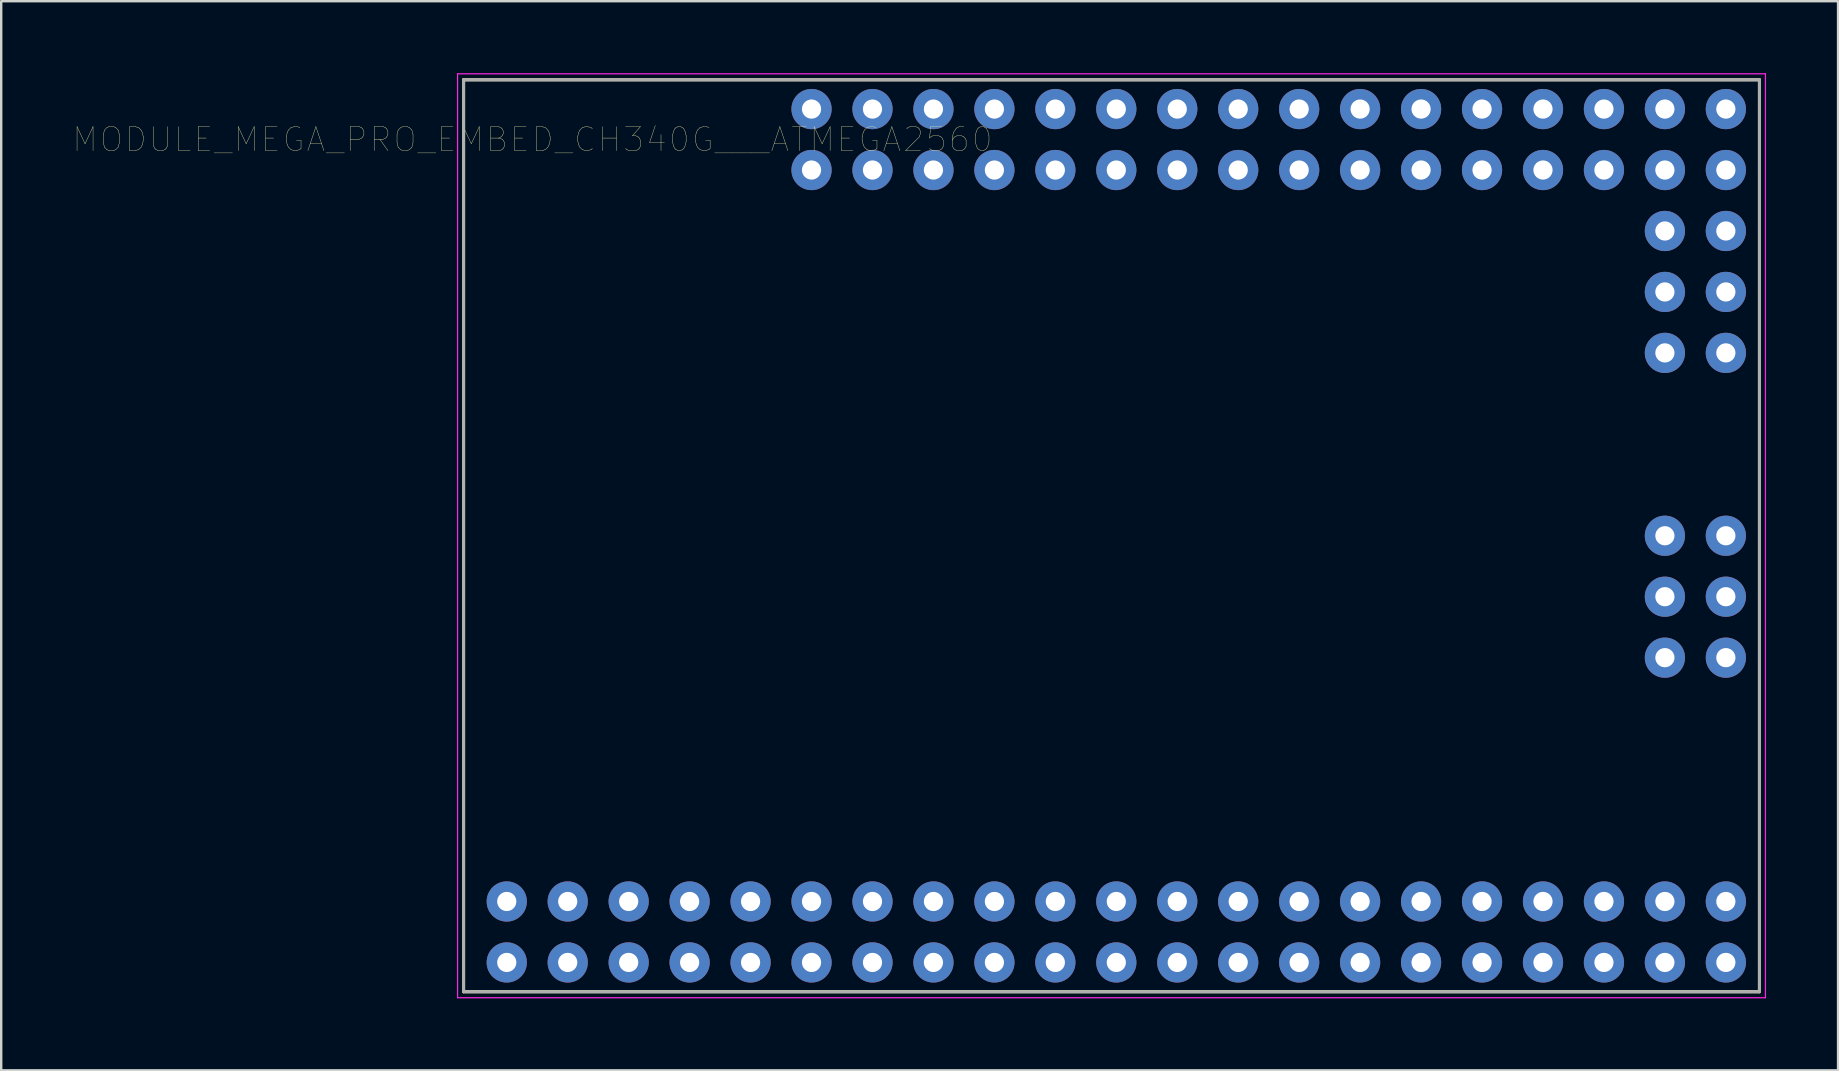
<source format=kicad_pcb>
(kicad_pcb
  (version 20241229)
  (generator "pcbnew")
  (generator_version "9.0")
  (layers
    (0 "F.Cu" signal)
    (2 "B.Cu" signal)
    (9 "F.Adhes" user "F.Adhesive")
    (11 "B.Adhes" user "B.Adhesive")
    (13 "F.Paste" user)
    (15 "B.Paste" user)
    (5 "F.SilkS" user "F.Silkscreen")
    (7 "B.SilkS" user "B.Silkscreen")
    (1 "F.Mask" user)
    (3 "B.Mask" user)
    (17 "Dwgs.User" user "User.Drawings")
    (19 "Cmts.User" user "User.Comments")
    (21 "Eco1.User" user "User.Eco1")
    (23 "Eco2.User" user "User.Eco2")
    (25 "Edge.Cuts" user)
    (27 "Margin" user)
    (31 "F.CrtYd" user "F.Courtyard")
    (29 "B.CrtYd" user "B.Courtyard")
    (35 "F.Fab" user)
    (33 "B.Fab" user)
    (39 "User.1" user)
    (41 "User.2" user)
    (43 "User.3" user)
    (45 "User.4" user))
  (footprint "MODULE_MEGA_PRO_EMBED_CH340G___ATMEGA2560"
    (layer "F.Cu")
    (at 43.267 19.275)
    (property "Reference" "MODULE_MEGA_PRO_EMBED_CH340G___ATMEGA2560" (at -24.13 -16.51 0) (layer "F.SilkS") (effects (font (size 1 1) (thickness 0.015))))
    (attr through_hole)
    (fp_line (start -27 -19) (end 27 -19) (stroke (width 0.127) (type solid)) (layer "F.SilkS"))
    (fp_line (start -27 19) (end -27 -19) (stroke (width 0.127) (type solid)) (layer "F.SilkS"))
    (fp_line (start -27 19) (end 27 19) (stroke (width 0.127) (type solid)) (layer "F.SilkS"))
    (fp_line (start 27 19) (end 27 -19) (stroke (width 0.127) (type solid)) (layer "F.SilkS"))
    (fp_line (start -27.25 -19.25) (end 27.25 -19.25) (stroke (width 0.05) (type solid)) (layer "F.CrtYd"))
    (fp_line (start -27.25 19.25) (end -27.25 -19.25) (stroke (width 0.05) (type solid)) (layer "F.CrtYd"))
    (fp_line (start 27.25 -19.25) (end 27.25 19.25) (stroke (width 0.05) (type solid)) (layer "F.CrtYd"))
    (fp_line (start 27.25 19.25) (end -27.25 19.25) (stroke (width 0.05) (type solid)) (layer "F.CrtYd"))
    (fp_line (start -27 -19) (end 27 -19) (stroke (width 0.127) (type solid)) (layer "F.Fab"))
    (fp_line (start -27 19) (end -27 -19) (stroke (width 0.127) (type solid)) (layer "F.Fab"))
    (fp_line (start -27 19) (end 27 19) (stroke (width 0.127) (type solid)) (layer "F.Fab"))
    (fp_line (start 27 19) (end 27 -19) (stroke (width 0.127) (type solid)) (layer "F.Fab"))
    (pad "3V3_" thru_hole circle (at -17.58 15.24) (size 1.676 1.676) (drill 0.8) (layers "*.Cu" "*.Mask"))
    (pad "3V3_" thru_hole circle (at -17.58 17.78) (size 1.676 1.676) (drill 0.8) (layers "*.Cu" "*.Mask"))
    (pad "5V_1" thru_hole circle (at -20.12 17.78) (size 1.676 1.676) (drill 0.8) (layers "*.Cu" "*.Mask"))
    (pad "5V_2" thru_hole circle (at -20.12 15.24) (size 1.676 1.676) (drill 0.8) (layers "*.Cu" "*.Mask"))
    (pad "5V_3" thru_hole circle (at 25.6 0) (size 1.676 1.676) (drill 0.8) (layers "*.Cu" "*.Mask"))
    (pad "A0" thru_hole circle (at -12.5 -17.78) (size 1.676 1.676) (drill 0.8) (layers "*.Cu" "*.Mask"))
    (pad "A1" thru_hole circle (at -12.5 -15.24) (size 1.676 1.676) (drill 0.8) (layers "*.Cu" "*.Mask"))
    (pad "A2" thru_hole circle (at -9.96 -17.78) (size 1.676 1.676) (drill 0.8) (layers "*.Cu" "*.Mask"))
    (pad "A3" thru_hole circle (at -9.96 -15.24) (size 1.676 1.676) (drill 0.8) (layers "*.Cu" "*.Mask"))
    (pad "A4" thru_hole circle (at -7.42 -17.78) (size 1.676 1.676) (drill 0.8) (layers "*.Cu" "*.Mask"))
    (pad "A5" thru_hole circle (at -7.42 -15.24) (size 1.676 1.676) (drill 0.8) (layers "*.Cu" "*.Mask"))
    (pad "A6" thru_hole circle (at -4.88 -17.78) (size 1.676 1.676) (drill 0.8) (layers "*.Cu" "*.Mask"))
    (pad "A7" thru_hole circle (at -4.88 -15.24) (size 1.676 1.676) (drill 0.8) (layers "*.Cu" "*.Mask"))
    (pad "A8" thru_hole circle (at -2.34 -17.78) (size 1.676 1.676) (drill 0.8) (layers "*.Cu" "*.Mask"))
    (pad "A9" thru_hole circle (at -2.34 -15.24) (size 1.676 1.676) (drill 0.8) (layers "*.Cu" "*.Mask"))
    (pad "A10" thru_hole circle (at 0.2 -17.78) (size 1.676 1.676) (drill 0.8) (layers "*.Cu" "*.Mask"))
    (pad "A11" thru_hole circle (at 0.2 -15.24) (size 1.676 1.676) (drill 0.8) (layers "*.Cu" "*.Mask"))
    (pad "A12" thru_hole circle (at 2.74 -17.78) (size 1.676 1.676) (drill 0.8) (layers "*.Cu" "*.Mask"))
    (pad "A13" thru_hole circle (at 2.74 -15.24) (size 1.676 1.676) (drill 0.8) (layers "*.Cu" "*.Mask"))
    (pad "A14" thru_hole circle (at 5.28 -17.78) (size 1.676 1.676) (drill 0.8) (layers "*.Cu" "*.Mask"))
    (pad "A15" thru_hole circle (at 5.28 -15.24) (size 1.676 1.676) (drill 0.8) (layers "*.Cu" "*.Mask"))
    (pad "AREF" thru_hole circle (at -15.04 15.24) (size 1.676 1.676) (drill 0.8) (layers "*.Cu" "*.Mask"))
    (pad "D2" thru_hole circle (at -9.96 15.24) (size 1.676 1.676) (drill 0.8) (layers "*.Cu" "*.Mask"))
    (pad "D3" thru_hole circle (at -9.96 17.78) (size 1.676 1.676) (drill 0.8) (layers "*.Cu" "*.Mask"))
    (pad "D4" thru_hole circle (at -7.42 15.24) (size 1.676 1.676) (drill 0.8) (layers "*.Cu" "*.Mask"))
    (pad "D5" thru_hole circle (at -7.42 17.78) (size 1.676 1.676) (drill 0.8) (layers "*.Cu" "*.Mask"))
    (pad "D6" thru_hole circle (at -4.88 15.24) (size 1.676 1.676) (drill 0.8) (layers "*.Cu" "*.Mask"))
    (pad "D7" thru_hole circle (at -4.88 17.78) (size 1.676 1.676) (drill 0.8) (layers "*.Cu" "*.Mask"))
    (pad "D8" thru_hole circle (at -2.34 15.24) (size 1.676 1.676) (drill 0.8) (layers "*.Cu" "*.Mask"))
    (pad "D9" thru_hole circle (at -2.34 17.78) (size 1.676 1.676) (drill 0.8) (layers "*.Cu" "*.Mask"))
    (pad "D10" thru_hole circle (at 0.2 15.24) (size 1.676 1.676) (drill 0.8) (layers "*.Cu" "*.Mask"))
    (pad "D11" thru_hole circle (at 0.2 17.78) (size 1.676 1.676) (drill 0.8) (layers "*.Cu" "*.Mask"))
    (pad "D12" thru_hole circle (at 2.74 15.24) (size 1.676 1.676) (drill 0.8) (layers "*.Cu" "*.Mask"))
    (pad "D13" thru_hole circle (at 2.74 17.78) (size 1.676 1.676) (drill 0.8) (layers "*.Cu" "*.Mask"))
    (pad "D14" thru_hole circle (at 5.28 15.24) (size 1.676 1.676) (drill 0.8) (layers "*.Cu" "*.Mask"))
    (pad "D15" thru_hole circle (at 5.28 17.78) (size 1.676 1.676) (drill 0.8) (layers "*.Cu" "*.Mask"))
    (pad "D16" thru_hole circle (at 7.82 15.24) (size 1.676 1.676) (drill 0.8) (layers "*.Cu" "*.Mask"))
    (pad "D17" thru_hole circle (at 7.82 17.78) (size 1.676 1.676) (drill 0.8) (layers "*.Cu" "*.Mask"))
    (pad "D18" thru_hole circle (at 10.36 15.24) (size 1.676 1.676) (drill 0.8) (layers "*.Cu" "*.Mask"))
    (pad "D19" thru_hole circle (at 10.36 17.78) (size 1.676 1.676) (drill 0.8) (layers "*.Cu" "*.Mask"))
    (pad "D20" thru_hole circle (at 12.9 15.24) (size 1.676 1.676) (drill 0.8) (layers "*.Cu" "*.Mask"))
    (pad "D21" thru_hole circle (at 12.9 17.78) (size 1.676 1.676) (drill 0.8) (layers "*.Cu" "*.Mask"))
    (pad "D22" thru_hole circle (at 15.44 15.24) (size 1.676 1.676) (drill 0.8) (layers "*.Cu" "*.Mask"))
    (pad "D23" thru_hole circle (at 15.44 17.78) (size 1.676 1.676) (drill 0.8) (layers "*.Cu" "*.Mask"))
    (pad "D24" thru_hole circle (at 17.98 15.24) (size 1.676 1.676) (drill 0.8) (layers "*.Cu" "*.Mask"))
    (pad "D25" thru_hole circle (at 17.98 17.78) (size 1.676 1.676) (drill 0.8) (layers "*.Cu" "*.Mask"))
    (pad "D26" thru_hole circle (at 20.52 15.24) (size 1.676 1.676) (drill 0.8) (layers "*.Cu" "*.Mask"))
    (pad "D27" thru_hole circle (at 20.52 17.78) (size 1.676 1.676) (drill 0.8) (layers "*.Cu" "*.Mask"))
    (pad "D28" thru_hole circle (at 23.06 15.24) (size 1.676 1.676) (drill 0.8) (layers "*.Cu" "*.Mask"))
    (pad "D29" thru_hole circle (at 23.06 17.78) (size 1.676 1.676) (drill 0.8) (layers "*.Cu" "*.Mask"))
    (pad "D30" thru_hole circle (at 25.6 15.24) (size 1.676 1.676) (drill 0.8) (layers "*.Cu" "*.Mask"))
    (pad "D31" thru_hole circle (at 25.6 17.78) (size 1.676 1.676) (drill 0.8) (layers "*.Cu" "*.Mask"))
    (pad "D32" thru_hole circle (at 7.82 -17.78) (size 1.676 1.676) (drill 0.8) (layers "*.Cu" "*.Mask"))
    (pad "D33" thru_hole circle (at 7.82 -15.24) (size 1.676 1.676) (drill 0.8) (layers "*.Cu" "*.Mask"))
    (pad "D34" thru_hole circle (at 10.36 -17.78) (size 1.676 1.676) (drill 0.8) (layers "*.Cu" "*.Mask"))
    (pad "D35" thru_hole circle (at 10.36 -15.24) (size 1.676 1.676) (drill 0.8) (layers "*.Cu" "*.Mask"))
    (pad "D36" thru_hole circle (at 12.9 -17.78) (size 1.676 1.676) (drill 0.8) (layers "*.Cu" "*.Mask"))
    (pad "D37" thru_hole circle (at 12.9 -15.24) (size 1.676 1.676) (drill 0.8) (layers "*.Cu" "*.Mask"))
    (pad "D38" thru_hole circle (at 15.44 -17.78) (size 1.676 1.676) (drill 0.8) (layers "*.Cu" "*.Mask"))
    (pad "D39" thru_hole circle (at 15.44 -15.24) (size 1.676 1.676) (drill 0.8) (layers "*.Cu" "*.Mask"))
    (pad "D40" thru_hole circle (at 17.98 -17.78) (size 1.676 1.676) (drill 0.8) (layers "*.Cu" "*.Mask"))
    (pad "D41" thru_hole circle (at 17.98 -15.24) (size 1.676 1.676) (drill 0.8) (layers "*.Cu" "*.Mask"))
    (pad "D42" thru_hole circle (at 20.52 -17.78) (size 1.676 1.676) (drill 0.8) (layers "*.Cu" "*.Mask"))
    (pad "D43" thru_hole circle (at 20.52 -15.24) (size 1.676 1.676) (drill 0.8) (layers "*.Cu" "*.Mask"))
    (pad "D44" thru_hole circle (at 23.06 -17.78) (size 1.676 1.676) (drill 0.8) (layers "*.Cu" "*.Mask"))
    (pad "D45" thru_hole circle (at 23.06 -15.24) (size 1.676 1.676) (drill 0.8) (layers "*.Cu" "*.Mask"))
    (pad "D46" thru_hole circle (at 25.6 -17.78) (size 1.676 1.676) (drill 0.8) (layers "*.Cu" "*.Mask"))
    (pad "D47" thru_hole circle (at 25.6 -15.24) (size 1.676 1.676) (drill 0.8) (layers "*.Cu" "*.Mask"))
    (pad "D48" thru_hole circle (at 25.6 -12.7) (size 1.676 1.676) (drill 0.8) (layers "*.Cu" "*.Mask"))
    (pad "D49" thru_hole circle (at 23.06 -12.7) (size 1.676 1.676) (drill 0.8) (layers "*.Cu" "*.Mask"))
    (pad "D50" thru_hole circle (at 25.6 -10.16) (size 1.676 1.676) (drill 0.8) (layers "*.Cu" "*.Mask"))
    (pad "D51" thru_hole circle (at 23.06 -10.16) (size 1.676 1.676) (drill 0.8) (layers "*.Cu" "*.Mask"))
    (pad "D52" thru_hole circle (at 25.6 -7.62) (size 1.676 1.676) (drill 0.8) (layers "*.Cu" "*.Mask"))
    (pad "D53" thru_hole circle (at 23.06 -7.62) (size 1.676 1.676) (drill 0.8) (layers "*.Cu" "*.Mask"))
    (pad "GND_" thru_hole circle (at -22.66 15.24) (size 1.676 1.676) (drill 0.8) (layers "*.Cu" "*.Mask"))
    (pad "GND_" thru_hole circle (at -22.66 17.78) (size 1.676 1.676) (drill 0.8) (layers "*.Cu" "*.Mask"))
    (pad "GND_" thru_hole circle (at 25.6 5.08) (size 1.676 1.676) (drill 0.8) (layers "*.Cu" "*.Mask"))
    (pad "MISO" thru_hole circle (at 23.06 0) (size 1.676 1.676) (drill 0.8) (layers "*.Cu" "*.Mask"))
    (pad "MOSI" thru_hole circle (at 25.6 2.54) (size 1.676 1.676) (drill 0.8) (layers "*.Cu" "*.Mask"))
    (pad "RESE" thru_hole circle (at 23.06 5.08) (size 1.676 1.676) (drill 0.8) (layers "*.Cu" "*.Mask"))
    (pad "RST" thru_hole circle (at -15.04 17.78) (size 1.676 1.676) (drill 0.8) (layers "*.Cu" "*.Mask"))
    (pad "RX" thru_hole circle (at -12.5 15.24) (size 1.676 1.676) (drill 0.8) (layers "*.Cu" "*.Mask"))
    (pad "SCK" thru_hole circle (at 23.06 2.54) (size 1.676 1.676) (drill 0.8) (layers "*.Cu" "*.Mask"))
    (pad "TX" thru_hole circle (at -12.5 17.78) (size 1.676 1.676) (drill 0.8) (layers "*.Cu" "*.Mask"))
    (pad "VIN_" thru_hole circle (at -25.2 15.24) (size 1.676 1.676) (drill 0.8) (layers "*.Cu" "*.Mask"))
    (pad "VIN_" thru_hole circle (at -25.2 17.78) (size 1.676 1.676) (drill 0.8) (layers "*.Cu" "*.Mask")))
  (gr_rect
    (start -3 -3)
    (end 73.542 41.55)
    (stroke (width 0.1) (type default))
    (fill no)
    (layer "Edge.Cuts")))
</source>
